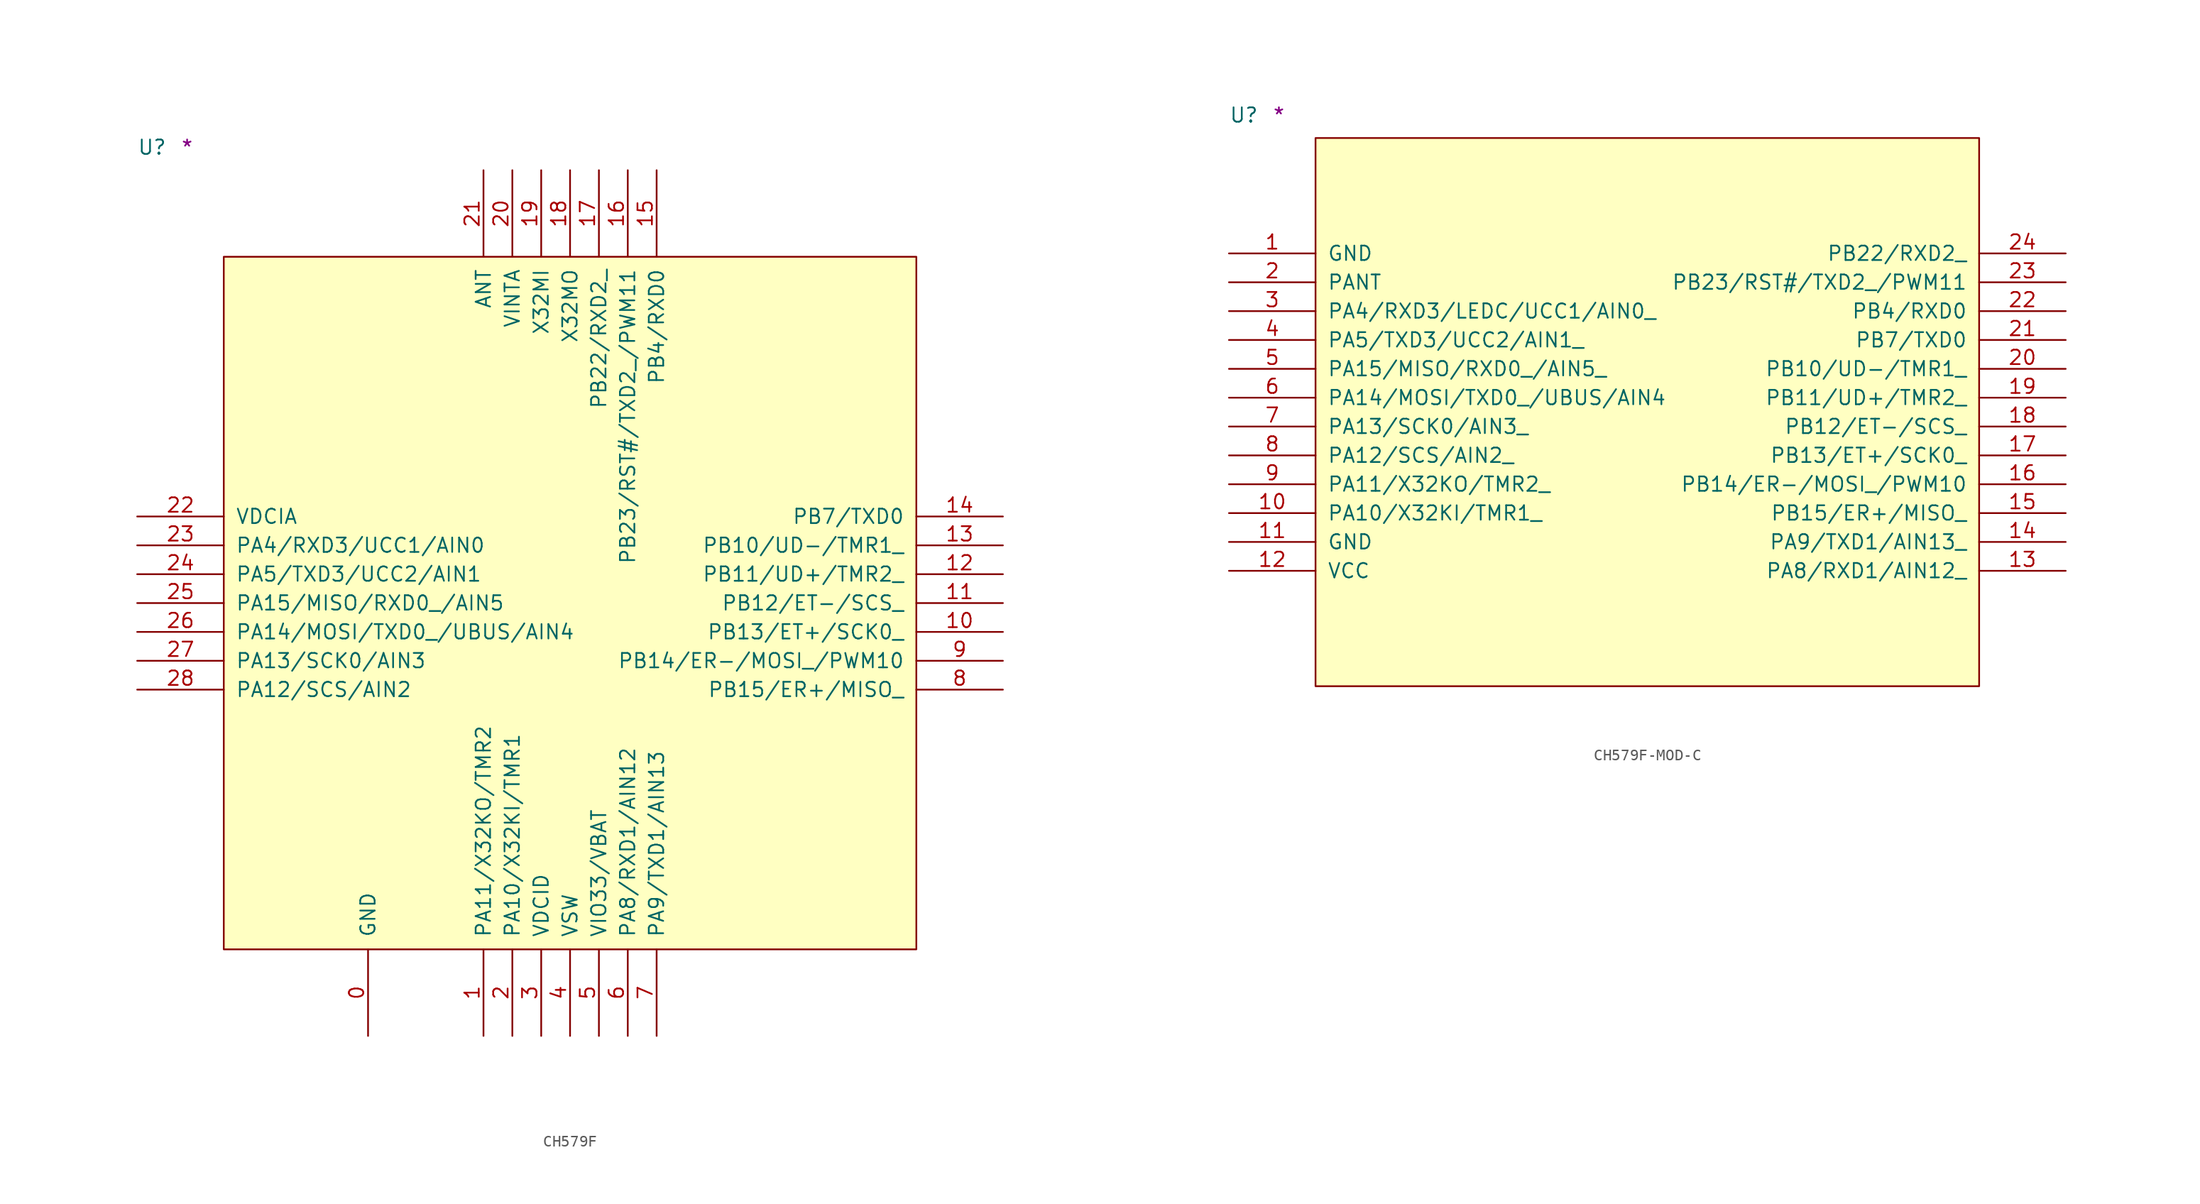
<source format=kicad_sym>
(kicad_symbol_lib
  (version 20211014)
  (generator kicad_symbol_editor)
  (symbol "CH579F"
    (pin_names
      (offset 1.016))
    (property "Reference" "U"
      (at -7.62 8.89 0)
      (effects (font (size 1.27 1.27)) (justify left bottom)))
    (property "Comment" "*"
      (at -3.81 8.89 0)
      (effects (font (size 1.27 1.27)) (justify left bottom)))
    (symbol "CH579F_1_1"
      (rectangle (start 0 -60.96) (end 60.96 0) (stroke (width 0) (type default) (color 0 0 0 0)) (fill (type background)))
      (pin power_in line (at 12.7 -68.58 90) (length 7.62) (name "GND" (effects (font (size 1.27 1.27)))) (number "0" (effects (font (size 1.27 1.27)))))
      (pin bidirectional line (at 22.86 -68.58 90) (length 7.62) (name "PA11/X32KO/TMR2" (effects (font (size 1.27 1.27)))) (number "1" (effects (font (size 1.27 1.27)))))
      (pin bidirectional line (at 68.58 -33.02 180) (length 7.62) (name "PB13/ET+/SCK0_" (effects (font (size 1.27 1.27)))) (number "10" (effects (font (size 1.27 1.27)))))
      (pin bidirectional line (at 68.58 -30.48 180) (length 7.62) (name "PB12/ET-/SCS_" (effects (font (size 1.27 1.27)))) (number "11" (effects (font (size 1.27 1.27)))))
      (pin bidirectional line (at 68.58 -27.94 180) (length 7.62) (name "PB11/UD+/TMR2_" (effects (font (size 1.27 1.27)))) (number "12" (effects (font (size 1.27 1.27)))))
      (pin bidirectional line (at 68.58 -25.4 180) (length 7.62) (name "PB10/UD-/TMR1_" (effects (font (size 1.27 1.27)))) (number "13" (effects (font (size 1.27 1.27)))))
      (pin bidirectional line (at 68.58 -22.86 180) (length 7.62) (name "PB7/TXD0" (effects (font (size 1.27 1.27)))) (number "14" (effects (font (size 1.27 1.27)))))
      (pin bidirectional line (at 38.1 7.62 270) (length 7.62) (name "PB4/RXD0" (effects (font (size 1.27 1.27)))) (number "15" (effects (font (size 1.27 1.27)))))
      (pin bidirectional line (at 35.56 7.62 270) (length 7.62) (name "PB23/RST#/TXD2_/PWM11" (effects (font (size 1.27 1.27)))) (number "16" (effects (font (size 1.27 1.27)))))
      (pin bidirectional line (at 33.02 7.62 270) (length 7.62) (name "PB22/RXD2_" (effects (font (size 1.27 1.27)))) (number "17" (effects (font (size 1.27 1.27)))))
      (pin output line (at 30.48 7.62 270) (length 7.62) (name "X32MO" (effects (font (size 1.27 1.27)))) (number "18" (effects (font (size 1.27 1.27)))))
      (pin input line (at 27.94 7.62 270) (length 7.62) (name "X32MI" (effects (font (size 1.27 1.27)))) (number "19" (effects (font (size 1.27 1.27)))))
      (pin bidirectional line (at 25.4 -68.58 90) (length 7.62) (name "PA10/X32KI/TMR1" (effects (font (size 1.27 1.27)))) (number "2" (effects (font (size 1.27 1.27)))))
      (pin power_in line (at 25.4 7.62 270) (length 7.62) (name "VINTA" (effects (font (size 1.27 1.27)))) (number "20" (effects (font (size 1.27 1.27)))))
      (pin bidirectional line (at 22.86 7.62 270) (length 7.62) (name "ANT" (effects (font (size 1.27 1.27)))) (number "21" (effects (font (size 1.27 1.27)))))
      (pin power_in line (at -7.62 -22.86 0) (length 7.62) (name "VDCIA" (effects (font (size 1.27 1.27)))) (number "22" (effects (font (size 1.27 1.27)))))
      (pin bidirectional line (at -7.62 -25.4 0) (length 7.62) (name "PA4/RXD3/UCC1/AIN0" (effects (font (size 1.27 1.27)))) (number "23" (effects (font (size 1.27 1.27)))))
      (pin bidirectional line (at -7.62 -27.94 0) (length 7.62) (name "PA5/TXD3/UCC2/AIN1" (effects (font (size 1.27 1.27)))) (number "24" (effects (font (size 1.27 1.27)))))
      (pin bidirectional line (at -7.62 -30.48 0) (length 7.62) (name "PA15/MISO/RXD0_/AIN5" (effects (font (size 1.27 1.27)))) (number "25" (effects (font (size 1.27 1.27)))))
      (pin bidirectional line (at -7.62 -33.02 0) (length 7.62) (name "PA14/MOSI/TXD0_/UBUS/AIN4" (effects (font (size 1.27 1.27)))) (number "26" (effects (font (size 1.27 1.27)))))
      (pin bidirectional line (at -7.62 -35.56 0) (length 7.62) (name "PA13/SCK0/AIN3" (effects (font (size 1.27 1.27)))) (number "27" (effects (font (size 1.27 1.27)))))
      (pin bidirectional line (at -7.62 -38.1 0) (length 7.62) (name "PA12/SCS/AIN2" (effects (font (size 1.27 1.27)))) (number "28" (effects (font (size 1.27 1.27)))))
      (pin power_in line (at 27.94 -68.58 90) (length 7.62) (name "VDCID" (effects (font (size 1.27 1.27)))) (number "3" (effects (font (size 1.27 1.27)))))
      (pin power_in line (at 30.48 -68.58 90) (length 7.62) (name "VSW" (effects (font (size 1.27 1.27)))) (number "4" (effects (font (size 1.27 1.27)))))
      (pin power_in line (at 33.02 -68.58 90) (length 7.62) (name "VIO33/VBAT" (effects (font (size 1.27 1.27)))) (number "5" (effects (font (size 1.27 1.27)))))
      (pin bidirectional line (at 35.56 -68.58 90) (length 7.62) (name "PA8/RXD1/AIN12" (effects (font (size 1.27 1.27)))) (number "6" (effects (font (size 1.27 1.27)))))
      (pin bidirectional line (at 38.1 -68.58 90) (length 7.62) (name "PA9/TXD1/AIN13" (effects (font (size 1.27 1.27)))) (number "7" (effects (font (size 1.27 1.27)))))
      (pin bidirectional line (at 68.58 -38.1 180) (length 7.62) (name "PB15/ER+/MISO_" (effects (font (size 1.27 1.27)))) (number "8" (effects (font (size 1.27 1.27)))))
      (pin bidirectional line (at 68.58 -35.56 180) (length 7.62) (name "PB14/ER-/MOSI_/PWM10" (effects (font (size 1.27 1.27)))) (number "9" (effects (font (size 1.27 1.27)))))))
  (symbol "CH579F-MOD-C"
    (pin_names
      (offset 1.016))
    (property "Reference" "U"
      (at -7.62 1.27 0)
      (effects (font (size 1.27 1.27)) (justify left bottom)))
    (property "Comment" "*"
      (at -3.81 1.27 0)
      (effects (font (size 1.27 1.27)) (justify left bottom)))
    (symbol "CH579F-MOD-C_1_1"
      (rectangle (start 0 -48.26) (end 58.42 0) (stroke (width 0) (type default) (color 0 0 0 0)) (fill (type background)))
      (pin power_in line (at -7.62 -10.16 0) (length 7.62) (name "GND" (effects (font (size 1.27 1.27)))) (number "1" (effects (font (size 1.27 1.27)))))
      (pin bidirectional line (at -7.62 -33.02 0) (length 7.62) (name "PA10/X32KI/TMR1_" (effects (font (size 1.27 1.27)))) (number "10" (effects (font (size 1.27 1.27)))))
      (pin power_in line (at -7.62 -35.56 0) (length 7.62) (name "GND" (effects (font (size 1.27 1.27)))) (number "11" (effects (font (size 1.27 1.27)))))
      (pin power_in line (at -7.62 -38.1 0) (length 7.62) (name "VCC" (effects (font (size 1.27 1.27)))) (number "12" (effects (font (size 1.27 1.27)))))
      (pin bidirectional line (at 66.04 -38.1 180) (length 7.62) (name "PA8/RXD1/AIN12_" (effects (font (size 1.27 1.27)))) (number "13" (effects (font (size 1.27 1.27)))))
      (pin bidirectional line (at 66.04 -35.56 180) (length 7.62) (name "PA9/TXD1/AIN13_" (effects (font (size 1.27 1.27)))) (number "14" (effects (font (size 1.27 1.27)))))
      (pin bidirectional line (at 66.04 -33.02 180) (length 7.62) (name "PB15/ER+/MISO_" (effects (font (size 1.27 1.27)))) (number "15" (effects (font (size 1.27 1.27)))))
      (pin bidirectional line (at 66.04 -30.48 180) (length 7.62) (name "PB14/ER-/MOSI_/PWM10" (effects (font (size 1.27 1.27)))) (number "16" (effects (font (size 1.27 1.27)))))
      (pin bidirectional line (at 66.04 -27.94 180) (length 7.62) (name "PB13/ET+/SCK0_" (effects (font (size 1.27 1.27)))) (number "17" (effects (font (size 1.27 1.27)))))
      (pin bidirectional line (at 66.04 -25.4 180) (length 7.62) (name "PB12/ET-/SCS_" (effects (font (size 1.27 1.27)))) (number "18" (effects (font (size 1.27 1.27)))))
      (pin bidirectional line (at 66.04 -22.86 180) (length 7.62) (name "PB11/UD+/TMR2_" (effects (font (size 1.27 1.27)))) (number "19" (effects (font (size 1.27 1.27)))))
      (pin passive line (at -7.62 -12.7 0) (length 7.62) (name "PANT" (effects (font (size 1.27 1.27)))) (number "2" (effects (font (size 1.27 1.27)))))
      (pin bidirectional line (at 66.04 -20.32 180) (length 7.62) (name "PB10/UD-/TMR1_" (effects (font (size 1.27 1.27)))) (number "20" (effects (font (size 1.27 1.27)))))
      (pin bidirectional line (at 66.04 -17.78 180) (length 7.62) (name "PB7/TXD0" (effects (font (size 1.27 1.27)))) (number "21" (effects (font (size 1.27 1.27)))))
      (pin bidirectional line (at 66.04 -15.24 180) (length 7.62) (name "PB4/RXD0" (effects (font (size 1.27 1.27)))) (number "22" (effects (font (size 1.27 1.27)))))
      (pin bidirectional line (at 66.04 -12.7 180) (length 7.62) (name "PB23/RST#/TXD2_/PWM11" (effects (font (size 1.27 1.27)))) (number "23" (effects (font (size 1.27 1.27)))))
      (pin bidirectional line (at 66.04 -10.16 180) (length 7.62) (name "PB22/RXD2_" (effects (font (size 1.27 1.27)))) (number "24" (effects (font (size 1.27 1.27)))))
      (pin bidirectional line (at -7.62 -15.24 0) (length 7.62) (name "PA4/RXD3/LEDC/UCC1/AIN0_" (effects (font (size 1.27 1.27)))) (number "3" (effects (font (size 1.27 1.27)))))
      (pin bidirectional line (at -7.62 -17.78 0) (length 7.62) (name "PA5/TXD3/UCC2/AIN1_" (effects (font (size 1.27 1.27)))) (number "4" (effects (font (size 1.27 1.27)))))
      (pin bidirectional line (at -7.62 -20.32 0) (length 7.62) (name "PA15/MISO/RXD0_/AIN5_" (effects (font (size 1.27 1.27)))) (number "5" (effects (font (size 1.27 1.27)))))
      (pin bidirectional line (at -7.62 -22.86 0) (length 7.62) (name "PA14/MOSI/TXD0_/UBUS/AIN4" (effects (font (size 1.27 1.27)))) (number "6" (effects (font (size 1.27 1.27)))))
      (pin bidirectional line (at -7.62 -25.4 0) (length 7.62) (name "PA13/SCK0/AIN3_" (effects (font (size 1.27 1.27)))) (number "7" (effects (font (size 1.27 1.27)))))
      (pin bidirectional line (at -7.62 -27.94 0) (length 7.62) (name "PA12/SCS/AIN2_" (effects (font (size 1.27 1.27)))) (number "8" (effects (font (size 1.27 1.27)))))
      (pin bidirectional line (at -7.62 -30.48 0) (length 7.62) (name "PA11/X32KO/TMR2_" (effects (font (size 1.27 1.27)))) (number "9" (effects (font (size 1.27 1.27))))))))
</source>
